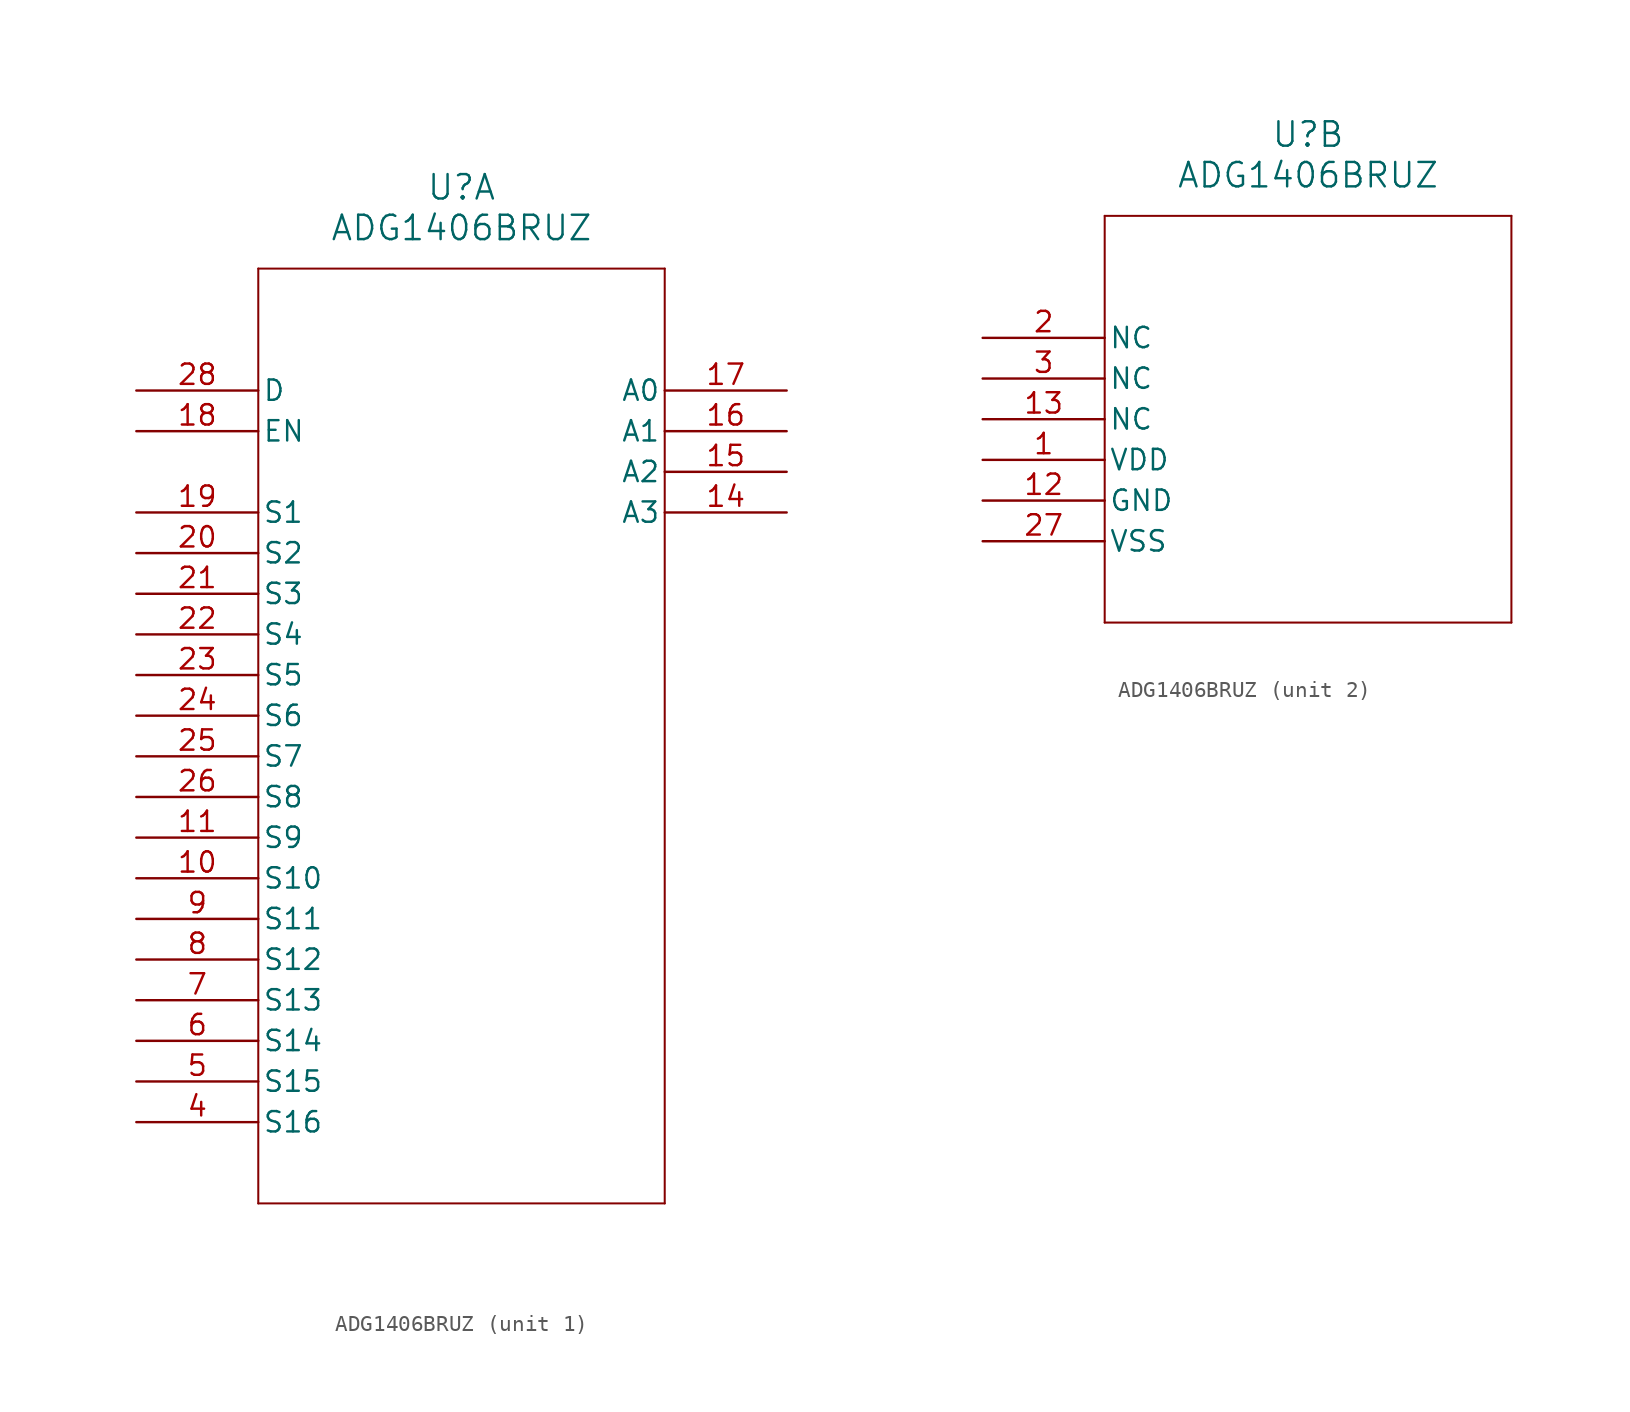
<source format=kicad_sym>
(kicad_symbol_lib
  (version 20211014)
  (generator kicad_symbol_editor)
  (symbol "ADG1406BRUZ"
    (pin_names
      (offset 0.254))
    (property "Reference" "U"
      (at 20.32 12.7 0)
      (effects (font (size 1.524 1.524))))
    (property "Value" "ADG1406BRUZ"
      (at 20.32 10.16 0)
      (effects (font (size 1.524 1.524))))
    (symbol "ADG1406BRUZ_1_1"
      (polyline (pts (xy 7.62 7.62) (xy 7.62 -50.8)) (stroke (width 0.127) (type default) (color 0 0 0 0)) (fill (type none)))
      (polyline (pts (xy 7.62 -50.8) (xy 33.02 -50.8)) (stroke (width 0.127) (type default) (color 0 0 0 0)) (fill (type none)))
      (polyline (pts (xy 33.02 -50.8) (xy 33.02 7.62)) (stroke (width 0.127) (type default) (color 0 0 0 0)) (fill (type none)))
      (polyline (pts (xy 33.02 7.62) (xy 7.62 7.62)) (stroke (width 0.127) (type default) (color 0 0 0 0)) (fill (type none)))
      (pin unspecified line (at 0 -45.72 0) (length 7.62) (name "S16" (effects (font (size 1.27 1.27)))) (number "4" (effects (font (size 1.27 1.27)))))
      (pin unspecified line (at 0 -43.18 0) (length 7.62) (name "S15" (effects (font (size 1.27 1.27)))) (number "5" (effects (font (size 1.27 1.27)))))
      (pin unspecified line (at 0 -40.64 0) (length 7.62) (name "S14" (effects (font (size 1.27 1.27)))) (number "6" (effects (font (size 1.27 1.27)))))
      (pin unspecified line (at 0 -38.1 0) (length 7.62) (name "S13" (effects (font (size 1.27 1.27)))) (number "7" (effects (font (size 1.27 1.27)))))
      (pin unspecified line (at 0 -35.56 0) (length 7.62) (name "S12" (effects (font (size 1.27 1.27)))) (number "8" (effects (font (size 1.27 1.27)))))
      (pin unspecified line (at 0 -33.02 0) (length 7.62) (name "S11" (effects (font (size 1.27 1.27)))) (number "9" (effects (font (size 1.27 1.27)))))
      (pin unspecified line (at 0 -30.48 0) (length 7.62) (name "S10" (effects (font (size 1.27 1.27)))) (number "10" (effects (font (size 1.27 1.27)))))
      (pin unspecified line (at 0 -27.94 0) (length 7.62) (name "S9" (effects (font (size 1.27 1.27)))) (number "11" (effects (font (size 1.27 1.27)))))
      (pin unspecified line (at 40.64 -7.62 180) (length 7.62) (name "A3" (effects (font (size 1.27 1.27)))) (number "14" (effects (font (size 1.27 1.27)))))
      (pin unspecified line (at 40.64 -5.08 180) (length 7.62) (name "A2" (effects (font (size 1.27 1.27)))) (number "15" (effects (font (size 1.27 1.27)))))
      (pin unspecified line (at 40.64 -2.54 180) (length 7.62) (name "A1" (effects (font (size 1.27 1.27)))) (number "16" (effects (font (size 1.27 1.27)))))
      (pin unspecified line (at 40.64 0 180) (length 7.62) (name "A0" (effects (font (size 1.27 1.27)))) (number "17" (effects (font (size 1.27 1.27)))))
      (pin unspecified line (at 0 -2.54 0) (length 7.62) (name "EN" (effects (font (size 1.27 1.27)))) (number "18" (effects (font (size 1.27 1.27)))))
      (pin unspecified line (at 0 -7.62 0) (length 7.62) (name "S1" (effects (font (size 1.27 1.27)))) (number "19" (effects (font (size 1.27 1.27)))))
      (pin unspecified line (at 0 -10.16 0) (length 7.62) (name "S2" (effects (font (size 1.27 1.27)))) (number "20" (effects (font (size 1.27 1.27)))))
      (pin unspecified line (at 0 -12.7 0) (length 7.62) (name "S3" (effects (font (size 1.27 1.27)))) (number "21" (effects (font (size 1.27 1.27)))))
      (pin unspecified line (at 0 -15.24 0) (length 7.62) (name "S4" (effects (font (size 1.27 1.27)))) (number "22" (effects (font (size 1.27 1.27)))))
      (pin unspecified line (at 0 -17.78 0) (length 7.62) (name "S5" (effects (font (size 1.27 1.27)))) (number "23" (effects (font (size 1.27 1.27)))))
      (pin unspecified line (at 0 -20.32 0) (length 7.62) (name "S6" (effects (font (size 1.27 1.27)))) (number "24" (effects (font (size 1.27 1.27)))))
      (pin unspecified line (at 0 -22.86 0) (length 7.62) (name "S7" (effects (font (size 1.27 1.27)))) (number "25" (effects (font (size 1.27 1.27)))))
      (pin unspecified line (at 0 -25.4 0) (length 7.62) (name "S8" (effects (font (size 1.27 1.27)))) (number "26" (effects (font (size 1.27 1.27)))))
      (pin unspecified line (at 0 0 0) (length 7.62) (name "D" (effects (font (size 1.27 1.27)))) (number "28" (effects (font (size 1.27 1.27))))))
    (symbol "ADG1406BRUZ_2_1"
      (polyline (pts (xy 7.62 7.62) (xy 7.62 -17.78)) (stroke (width 0.127) (type default) (color 0 0 0 0)) (fill (type none)))
      (polyline (pts (xy 7.62 -17.78) (xy 33.02 -17.78)) (stroke (width 0.127) (type default) (color 0 0 0 0)) (fill (type none)))
      (polyline (pts (xy 33.02 -17.78) (xy 33.02 7.62)) (stroke (width 0.127) (type default) (color 0 0 0 0)) (fill (type none)))
      (polyline (pts (xy 33.02 7.62) (xy 7.62 7.62)) (stroke (width 0.127) (type default) (color 0 0 0 0)) (fill (type none)))
      (pin power_in line (at 0 -7.62 0) (length 7.62) (name "VDD" (effects (font (size 1.27 1.27)))) (number "1" (effects (font (size 1.27 1.27)))))
      (pin unspecified line (at 0 0 0) (length 7.62) (name "NC" (effects (font (size 1.27 1.27)))) (number "2" (effects (font (size 1.27 1.27)))))
      (pin unspecified line (at 0 -2.54 0) (length 7.62) (name "NC" (effects (font (size 1.27 1.27)))) (number "3" (effects (font (size 1.27 1.27)))))
      (pin unspecified line (at 0 -10.16 0) (length 7.62) (name "GND" (effects (font (size 1.27 1.27)))) (number "12" (effects (font (size 1.27 1.27)))))
      (pin unspecified line (at 0 -5.08 0) (length 7.62) (name "NC" (effects (font (size 1.27 1.27)))) (number "13" (effects (font (size 1.27 1.27)))))
      (pin unspecified line (at 0 -12.7 0) (length 7.62) (name "VSS" (effects (font (size 1.27 1.27)))) (number "27" (effects (font (size 1.27 1.27))))))))
</source>
